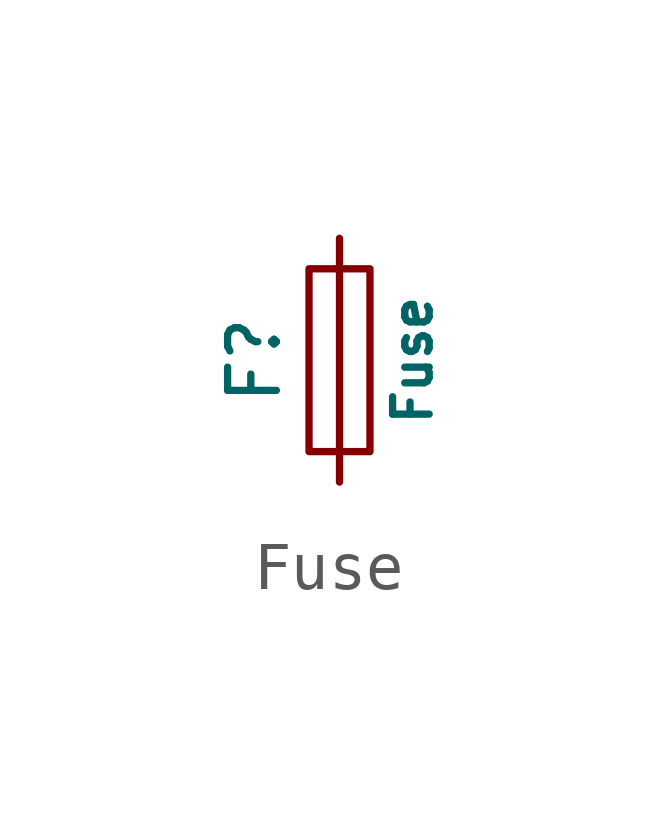
<source format=kicad_sym>
(kicad_symbol_lib
  (version 20211014)
  (generator kicad_symbol_editor)
  (symbol "Fuse"
    (pin_numbers hide)
    (pin_names
      (offset 0) hide)
    (property "Reference" "F"
      (at -1.778 0 90)
      (effects (font (size 1.016 1.016))))
    (property "Value" "Fuse"
      (at 1.524 0 90)
      (effects (font (size 0.762 0.762))))
    (property "Footprint" ""
      (at 0 0 0)
      (effects (font (size 1.524 1.524))))
    (property "Datasheet" ""
      (at 0 0 0)
      (effects (font (size 1.524 1.524))))
    (symbol "Fuse_0_1"
      (rectangle (start -0.635 1.905) (end 0.635 -1.905) (stroke (width 0) (type default) (color 0 0 0 0)) (fill (type none)))
      (polyline (pts (xy 0 1.905) (xy 0 -1.905)) (stroke (width 0) (type default) (color 0 0 0 0)) (fill (type none))))
    (symbol "Fuse_1_1"
      (pin passive line (at 0 2.54 270) (length 0.635) (name "~" (effects (font (size 0.635 0.635)))) (number "1" (effects (font (size 0.635 0.635)))))
      (pin passive line (at 0 -2.54 90) (length 0.635) (name "~" (effects (font (size 0.635 0.635)))) (number "2" (effects (font (size 0.635 0.635))))))))
</source>
